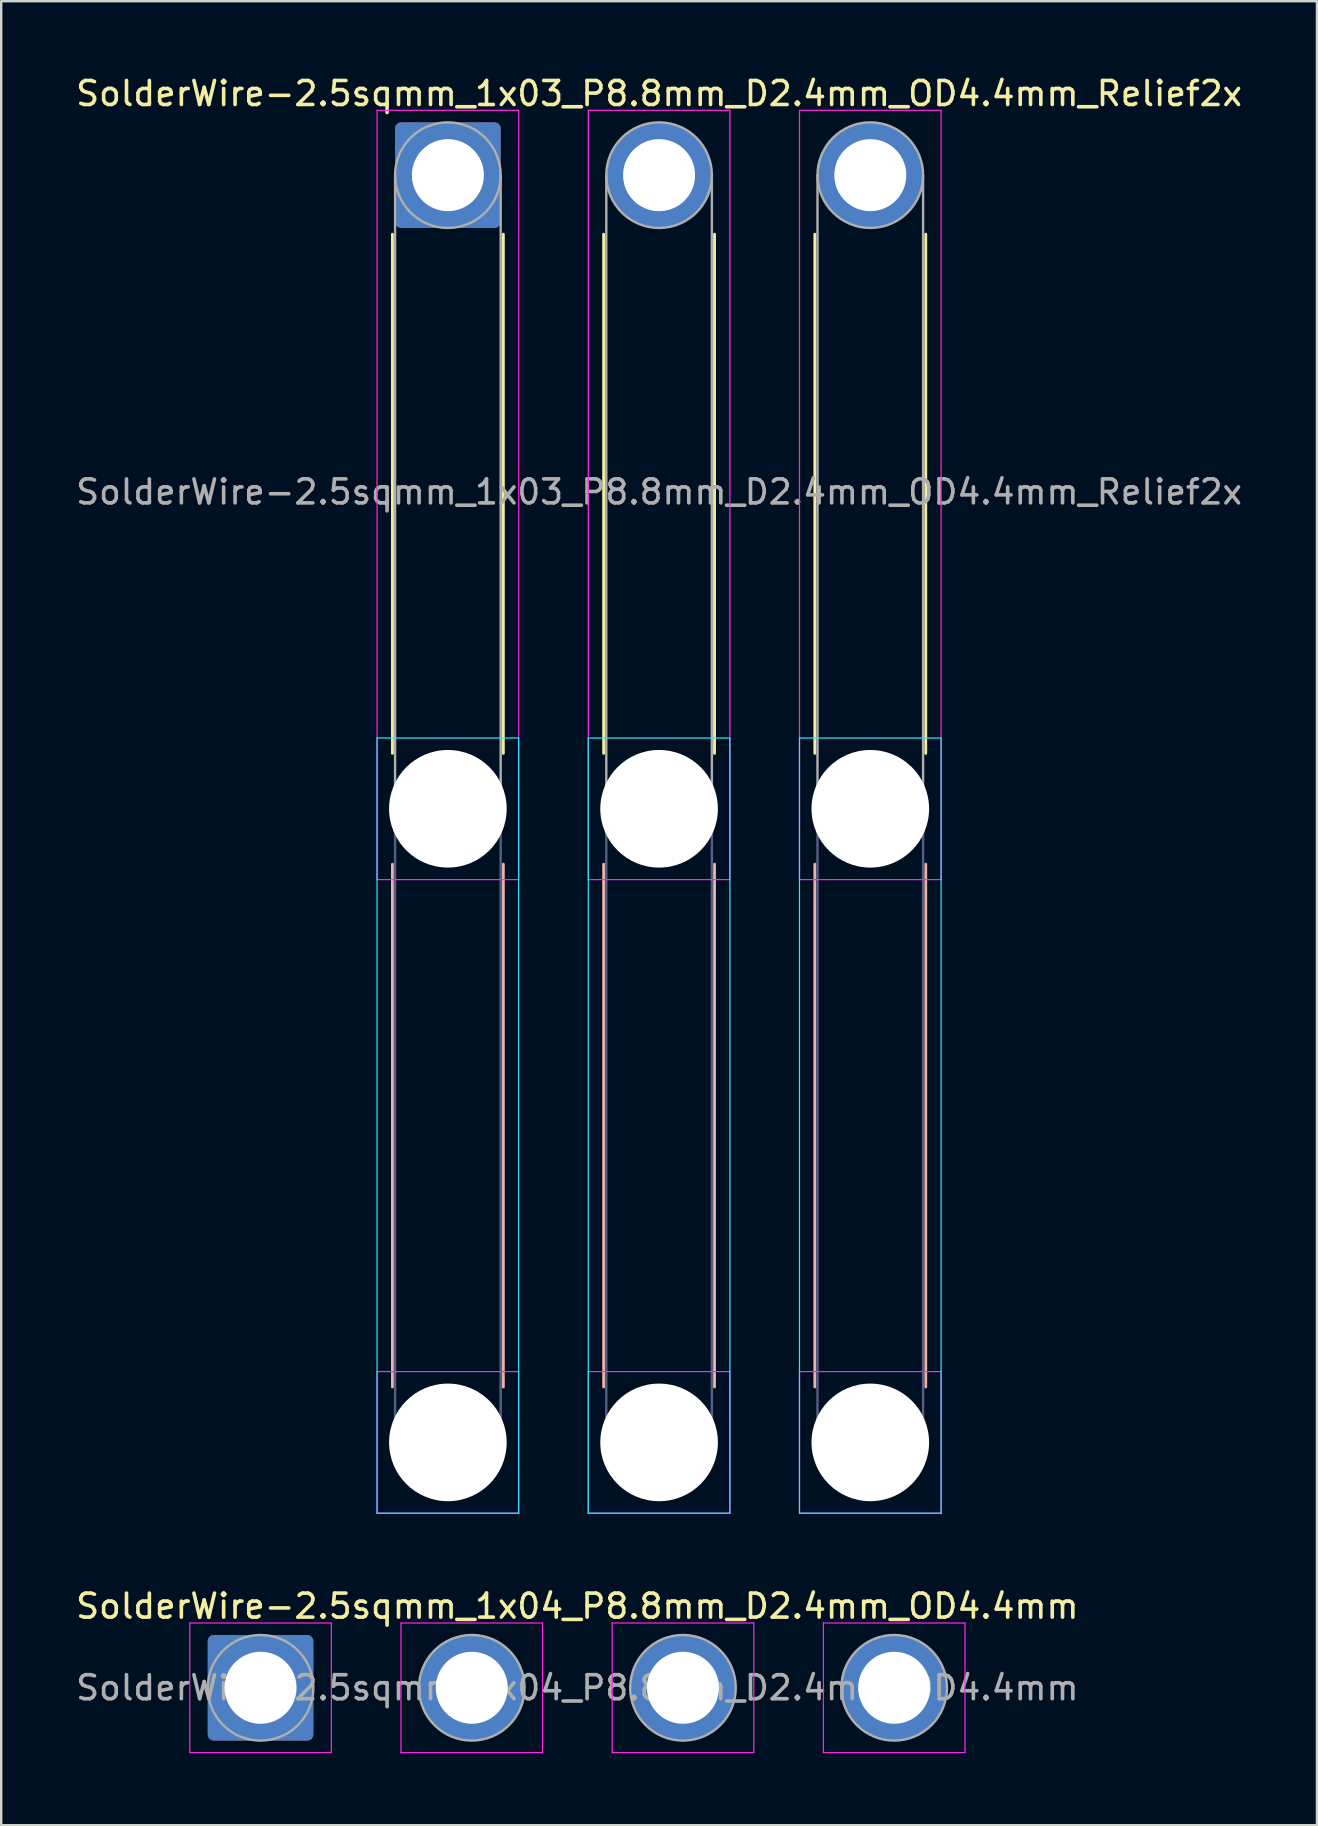
<source format=kicad_pcb>
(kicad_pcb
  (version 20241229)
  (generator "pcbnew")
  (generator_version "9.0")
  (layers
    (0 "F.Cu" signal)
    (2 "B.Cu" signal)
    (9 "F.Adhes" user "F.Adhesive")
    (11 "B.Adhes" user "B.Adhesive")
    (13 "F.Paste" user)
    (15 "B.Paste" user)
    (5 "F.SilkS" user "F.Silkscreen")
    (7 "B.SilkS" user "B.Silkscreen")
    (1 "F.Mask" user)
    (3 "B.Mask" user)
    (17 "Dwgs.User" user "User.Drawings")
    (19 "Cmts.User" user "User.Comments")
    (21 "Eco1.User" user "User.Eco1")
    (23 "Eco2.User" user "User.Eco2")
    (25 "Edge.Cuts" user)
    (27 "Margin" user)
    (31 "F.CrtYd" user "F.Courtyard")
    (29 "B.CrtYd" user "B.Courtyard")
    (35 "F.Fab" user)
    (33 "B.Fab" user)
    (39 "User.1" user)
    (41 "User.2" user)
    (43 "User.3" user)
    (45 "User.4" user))
  (footprint "SolderWire-2.5sqmm_1x04_P8.8mm_D2.4mm_OD4.4mm"
    (layer "F.Cu")
    (at 7.806 67.272)
    (property "Reference" "SolderWire-2.5sqmm_1x04_P8.8mm_D2.4mm_OD4.4mm" (at 13.2 -3.4 0) (layer "F.SilkS") (effects (font (size 1 1) (thickness 0.15))))
    (attr exclude_from_pos_files exclude_from_bom)
    (fp_line (start -2.95 -2.7) (end -2.95 2.7) (stroke (width 0.05) (type solid)) (layer "F.CrtYd"))
    (fp_line (start -2.95 2.7) (end 2.95 2.7) (stroke (width 0.05) (type solid)) (layer "F.CrtYd"))
    (fp_line (start 2.95 -2.7) (end -2.95 -2.7) (stroke (width 0.05) (type solid)) (layer "F.CrtYd"))
    (fp_line (start 2.95 2.7) (end 2.95 -2.7) (stroke (width 0.05) (type solid)) (layer "F.CrtYd"))
    (fp_line (start 5.85 -2.7) (end 5.85 2.7) (stroke (width 0.05) (type solid)) (layer "F.CrtYd"))
    (fp_line (start 5.85 2.7) (end 11.75 2.7) (stroke (width 0.05) (type solid)) (layer "F.CrtYd"))
    (fp_line (start 11.75 -2.7) (end 5.85 -2.7) (stroke (width 0.05) (type solid)) (layer "F.CrtYd"))
    (fp_line (start 11.75 2.7) (end 11.75 -2.7) (stroke (width 0.05) (type solid)) (layer "F.CrtYd"))
    (fp_line (start 14.65 -2.7) (end 14.65 2.7) (stroke (width 0.05) (type solid)) (layer "F.CrtYd"))
    (fp_line (start 14.65 2.7) (end 20.55 2.7) (stroke (width 0.05) (type solid)) (layer "F.CrtYd"))
    (fp_line (start 20.55 -2.7) (end 14.65 -2.7) (stroke (width 0.05) (type solid)) (layer "F.CrtYd"))
    (fp_line (start 20.55 2.7) (end 20.55 -2.7) (stroke (width 0.05) (type solid)) (layer "F.CrtYd"))
    (fp_line (start 23.45 -2.7) (end 23.45 2.7) (stroke (width 0.05) (type solid)) (layer "F.CrtYd"))
    (fp_line (start 23.45 2.7) (end 29.35 2.7) (stroke (width 0.05) (type solid)) (layer "F.CrtYd"))
    (fp_line (start 29.35 -2.7) (end 23.45 -2.7) (stroke (width 0.05) (type solid)) (layer "F.CrtYd"))
    (fp_line (start 29.35 2.7) (end 29.35 -2.7) (stroke (width 0.05) (type solid)) (layer "F.CrtYd"))
    (fp_circle (center 0 0) (end 2.2 0) (stroke (width 0.1) (type solid)) (fill no) (layer "F.Fab"))
    (fp_circle (center 8.8 0) (end 11 0) (stroke (width 0.1) (type solid)) (fill no) (layer "F.Fab"))
    (fp_circle (center 17.6 0) (end 19.8 0) (stroke (width 0.1) (type solid)) (fill no) (layer "F.Fab"))
    (fp_circle (center 26.4 0) (end 28.6 0) (stroke (width 0.1) (type solid)) (fill no) (layer "F.Fab"))
    (fp_text user "${REFERENCE}" (at 13.2 0 0) (layer "F.Fab") (effects (font (size 1 1) (thickness 0.15))))
    (pad "1" thru_hole roundrect (at 0 0) (size 4.4 4.4) (drill 3) (layers "*.Cu" "*.Mask") (roundrect_rratio 0.057))
    (pad "2" thru_hole circle (at 8.8 0) (size 4.4 4.4) (drill 3) (layers "*.Cu" "*.Mask"))
    (pad "3" thru_hole circle (at 17.6 0) (size 4.4 4.4) (drill 3) (layers "*.Cu" "*.Mask"))
    (pad "4" thru_hole circle (at 26.4 0) (size 4.4 4.4) (drill 3) (layers "*.Cu" "*.Mask")))
  (footprint "SolderWire-2.5sqmm_1x03_P8.8mm_D2.4mm_OD4.4mm_Relief2x"
    (layer "F.Cu")
    (at 15.611 4.248)
    (property "Reference" "SolderWire-2.5sqmm_1x03_P8.8mm_D2.4mm_OD4.4mm_Relief2x" (at 8.8 -3.4 0) (layer "F.SilkS") (effects (font (size 1 1) (thickness 0.15))))
    (attr exclude_from_pos_files exclude_from_bom)
    (fp_line (start -2.31 2.46) (end -2.31 24.09) (stroke (width 0.12) (type solid)) (layer "F.SilkS"))
    (fp_line (start 2.31 2.46) (end 2.31 24.09) (stroke (width 0.12) (type solid)) (layer "F.SilkS"))
    (fp_line (start 6.49 2.46) (end 6.49 24.09) (stroke (width 0.12) (type solid)) (layer "F.SilkS"))
    (fp_line (start 11.11 2.46) (end 11.11 24.09) (stroke (width 0.12) (type solid)) (layer "F.SilkS"))
    (fp_line (start 15.29 2.46) (end 15.29 24.09) (stroke (width 0.12) (type solid)) (layer "F.SilkS"))
    (fp_line (start 19.91 2.46) (end 19.91 24.09) (stroke (width 0.12) (type solid)) (layer "F.SilkS"))
    (fp_line (start -2.31 28.71) (end -2.31 50.49) (stroke (width 0.12) (type solid)) (layer "B.SilkS"))
    (fp_line (start 2.31 28.71) (end 2.31 50.49) (stroke (width 0.12) (type solid)) (layer "B.SilkS"))
    (fp_line (start 6.49 28.71) (end 6.49 50.49) (stroke (width 0.12) (type solid)) (layer "B.SilkS"))
    (fp_line (start 11.11 28.71) (end 11.11 50.49) (stroke (width 0.12) (type solid)) (layer "B.SilkS"))
    (fp_line (start 15.29 28.71) (end 15.29 50.49) (stroke (width 0.12) (type solid)) (layer "B.SilkS"))
    (fp_line (start 19.91 28.71) (end 19.91 50.49) (stroke (width 0.12) (type solid)) (layer "B.SilkS"))
    (fp_line (start -2.95 23.45) (end -2.95 55.75) (stroke (width 0.05) (type solid)) (layer "B.CrtYd"))
    (fp_line (start -2.95 55.75) (end 2.95 55.75) (stroke (width 0.05) (type solid)) (layer "B.CrtYd"))
    (fp_line (start 2.95 23.45) (end -2.95 23.45) (stroke (width 0.05) (type solid)) (layer "B.CrtYd"))
    (fp_line (start 2.95 55.75) (end 2.95 23.45) (stroke (width 0.05) (type solid)) (layer "B.CrtYd"))
    (fp_line (start 5.85 23.45) (end 5.85 55.75) (stroke (width 0.05) (type solid)) (layer "B.CrtYd"))
    (fp_line (start 5.85 55.75) (end 11.75 55.75) (stroke (width 0.05) (type solid)) (layer "B.CrtYd"))
    (fp_line (start 11.75 23.45) (end 5.85 23.45) (stroke (width 0.05) (type solid)) (layer "B.CrtYd"))
    (fp_line (start 11.75 55.75) (end 11.75 23.45) (stroke (width 0.05) (type solid)) (layer "B.CrtYd"))
    (fp_line (start 14.65 23.45) (end 14.65 55.75) (stroke (width 0.05) (type solid)) (layer "B.CrtYd"))
    (fp_line (start 14.65 55.75) (end 20.55 55.75) (stroke (width 0.05) (type solid)) (layer "B.CrtYd"))
    (fp_line (start 20.55 23.45) (end 14.65 23.45) (stroke (width 0.05) (type solid)) (layer "B.CrtYd"))
    (fp_line (start 20.55 55.75) (end 20.55 23.45) (stroke (width 0.05) (type solid)) (layer "B.CrtYd"))
    (fp_line (start -2.95 -2.7) (end -2.95 29.35) (stroke (width 0.05) (type solid)) (layer "F.CrtYd"))
    (fp_line (start -2.95 29.35) (end 2.95 29.35) (stroke (width 0.05) (type solid)) (layer "F.CrtYd"))
    (fp_line (start -2.95 49.85) (end -2.95 55.75) (stroke (width 0.05) (type solid)) (layer "F.CrtYd"))
    (fp_line (start -2.95 55.75) (end 2.95 55.75) (stroke (width 0.05) (type solid)) (layer "F.CrtYd"))
    (fp_line (start 2.95 -2.7) (end -2.95 -2.7) (stroke (width 0.05) (type solid)) (layer "F.CrtYd"))
    (fp_line (start 2.95 29.35) (end 2.95 -2.7) (stroke (width 0.05) (type solid)) (layer "F.CrtYd"))
    (fp_line (start 2.95 49.85) (end -2.95 49.85) (stroke (width 0.05) (type solid)) (layer "F.CrtYd"))
    (fp_line (start 2.95 55.75) (end 2.95 49.85) (stroke (width 0.05) (type solid)) (layer "F.CrtYd"))
    (fp_line (start 5.85 -2.7) (end 5.85 29.35) (stroke (width 0.05) (type solid)) (layer "F.CrtYd"))
    (fp_line (start 5.85 29.35) (end 11.75 29.35) (stroke (width 0.05) (type solid)) (layer "F.CrtYd"))
    (fp_line (start 5.85 49.85) (end 5.85 55.75) (stroke (width 0.05) (type solid)) (layer "F.CrtYd"))
    (fp_line (start 5.85 55.75) (end 11.75 55.75) (stroke (width 0.05) (type solid)) (layer "F.CrtYd"))
    (fp_line (start 11.75 -2.7) (end 5.85 -2.7) (stroke (width 0.05) (type solid)) (layer "F.CrtYd"))
    (fp_line (start 11.75 29.35) (end 11.75 -2.7) (stroke (width 0.05) (type solid)) (layer "F.CrtYd"))
    (fp_line (start 11.75 49.85) (end 5.85 49.85) (stroke (width 0.05) (type solid)) (layer "F.CrtYd"))
    (fp_line (start 11.75 55.75) (end 11.75 49.85) (stroke (width 0.05) (type solid)) (layer "F.CrtYd"))
    (fp_line (start 14.65 -2.7) (end 14.65 29.35) (stroke (width 0.05) (type solid)) (layer "F.CrtYd"))
    (fp_line (start 14.65 29.35) (end 20.55 29.35) (stroke (width 0.05) (type solid)) (layer "F.CrtYd"))
    (fp_line (start 14.65 49.85) (end 14.65 55.75) (stroke (width 0.05) (type solid)) (layer "F.CrtYd"))
    (fp_line (start 14.65 55.75) (end 20.55 55.75) (stroke (width 0.05) (type solid)) (layer "F.CrtYd"))
    (fp_line (start 20.55 -2.7) (end 14.65 -2.7) (stroke (width 0.05) (type solid)) (layer "F.CrtYd"))
    (fp_line (start 20.55 29.35) (end 20.55 -2.7) (stroke (width 0.05) (type solid)) (layer "F.CrtYd"))
    (fp_line (start 20.55 49.85) (end 14.65 49.85) (stroke (width 0.05) (type solid)) (layer "F.CrtYd"))
    (fp_line (start 20.55 55.75) (end 20.55 49.85) (stroke (width 0.05) (type solid)) (layer "F.CrtYd"))
    (fp_line (start -2.2 26.4) (end -2.2 52.8) (stroke (width 0.1) (type solid)) (layer "B.Fab"))
    (fp_line (start 2.2 26.4) (end 2.2 52.8) (stroke (width 0.1) (type solid)) (layer "B.Fab"))
    (fp_line (start 6.6 26.4) (end 6.6 52.8) (stroke (width 0.1) (type solid)) (layer "B.Fab"))
    (fp_line (start 11 26.4) (end 11 52.8) (stroke (width 0.1) (type solid)) (layer "B.Fab"))
    (fp_line (start 15.4 26.4) (end 15.4 52.8) (stroke (width 0.1) (type solid)) (layer "B.Fab"))
    (fp_line (start 19.8 26.4) (end 19.8 52.8) (stroke (width 0.1) (type solid)) (layer "B.Fab"))
    (fp_circle (center 0 26.4) (end 2.2 26.4) (stroke (width 0.1) (type solid)) (fill no) (layer "B.Fab"))
    (fp_circle (center 0 52.8) (end 2.2 52.8) (stroke (width 0.1) (type solid)) (fill no) (layer "B.Fab"))
    (fp_circle (center 8.8 26.4) (end 11 26.4) (stroke (width 0.1) (type solid)) (fill no) (layer "B.Fab"))
    (fp_circle (center 8.8 52.8) (end 11 52.8) (stroke (width 0.1) (type solid)) (fill no) (layer "B.Fab"))
    (fp_circle (center 17.6 26.4) (end 19.8 26.4) (stroke (width 0.1) (type solid)) (fill no) (layer "B.Fab"))
    (fp_circle (center 17.6 52.8) (end 19.8 52.8) (stroke (width 0.1) (type solid)) (fill no) (layer "B.Fab"))
    (fp_line (start -2.2 0) (end -2.2 26.4) (stroke (width 0.1) (type solid)) (layer "F.Fab"))
    (fp_line (start 2.2 0) (end 2.2 26.4) (stroke (width 0.1) (type solid)) (layer "F.Fab"))
    (fp_line (start 6.6 0) (end 6.6 26.4) (stroke (width 0.1) (type solid)) (layer "F.Fab"))
    (fp_line (start 11 0) (end 11 26.4) (stroke (width 0.1) (type solid)) (layer "F.Fab"))
    (fp_line (start 15.4 0) (end 15.4 26.4) (stroke (width 0.1) (type solid)) (layer "F.Fab"))
    (fp_line (start 19.8 0) (end 19.8 26.4) (stroke (width 0.1) (type solid)) (layer "F.Fab"))
    (fp_circle (center 0 0) (end 2.2 0) (stroke (width 0.1) (type solid)) (fill no) (layer "F.Fab"))
    (fp_circle (center 0 26.4) (end 2.2 26.4) (stroke (width 0.1) (type solid)) (fill no) (layer "F.Fab"))
    (fp_circle (center 0 52.8) (end 2.2 52.8) (stroke (width 0.1) (type solid)) (fill no) (layer "F.Fab"))
    (fp_circle (center 8.8 0) (end 11 0) (stroke (width 0.1) (type solid)) (fill no) (layer "F.Fab"))
    (fp_circle (center 8.8 26.4) (end 11 26.4) (stroke (width 0.1) (type solid)) (fill no) (layer "F.Fab"))
    (fp_circle (center 8.8 52.8) (end 11 52.8) (stroke (width 0.1) (type solid)) (fill no) (layer "F.Fab"))
    (fp_circle (center 17.6 0) (end 19.8 0) (stroke (width 0.1) (type solid)) (fill no) (layer "F.Fab"))
    (fp_circle (center 17.6 26.4) (end 19.8 26.4) (stroke (width 0.1) (type solid)) (fill no) (layer "F.Fab"))
    (fp_circle (center 17.6 52.8) (end 19.8 52.8) (stroke (width 0.1) (type solid)) (fill no) (layer "F.Fab"))
    (fp_text user "${REFERENCE}" (at 8.8 13.2 0) (layer "F.Fab") (effects (font (size 1 1) (thickness 0.15))))
    (pad "" np_thru_hole circle (at 0 26.4) (size 4.9 4.9) (drill 4.9) (layers "*.Cu" "*.Mask"))
    (pad "" np_thru_hole circle (at 0 52.8) (size 4.9 4.9) (drill 4.9) (layers "*.Cu" "*.Mask"))
    (pad "" np_thru_hole circle (at 8.8 26.4) (size 4.9 4.9) (drill 4.9) (layers "*.Cu" "*.Mask"))
    (pad "" np_thru_hole circle (at 8.8 52.8) (size 4.9 4.9) (drill 4.9) (layers "*.Cu" "*.Mask"))
    (pad "" np_thru_hole circle (at 17.6 26.4) (size 4.9 4.9) (drill 4.9) (layers "*.Cu" "*.Mask"))
    (pad "" np_thru_hole circle (at 17.6 52.8) (size 4.9 4.9) (drill 4.9) (layers "*.Cu" "*.Mask"))
    (pad "1" thru_hole roundrect (at 0 0) (size 4.4 4.4) (drill 3) (layers "*.Cu" "*.Mask") (roundrect_rratio 0.057))
    (pad "2" thru_hole circle (at 8.8 0) (size 4.4 4.4) (drill 3) (layers "*.Cu" "*.Mask"))
    (pad "3" thru_hole circle (at 17.6 0) (size 4.4 4.4) (drill 3) (layers "*.Cu" "*.Mask")))
  (gr_rect
    (start -3 -3)
    (end 51.821 72.996)
    (stroke (width 0.1) (type default))
    (fill no)
    (layer "Edge.Cuts")))
</source>
